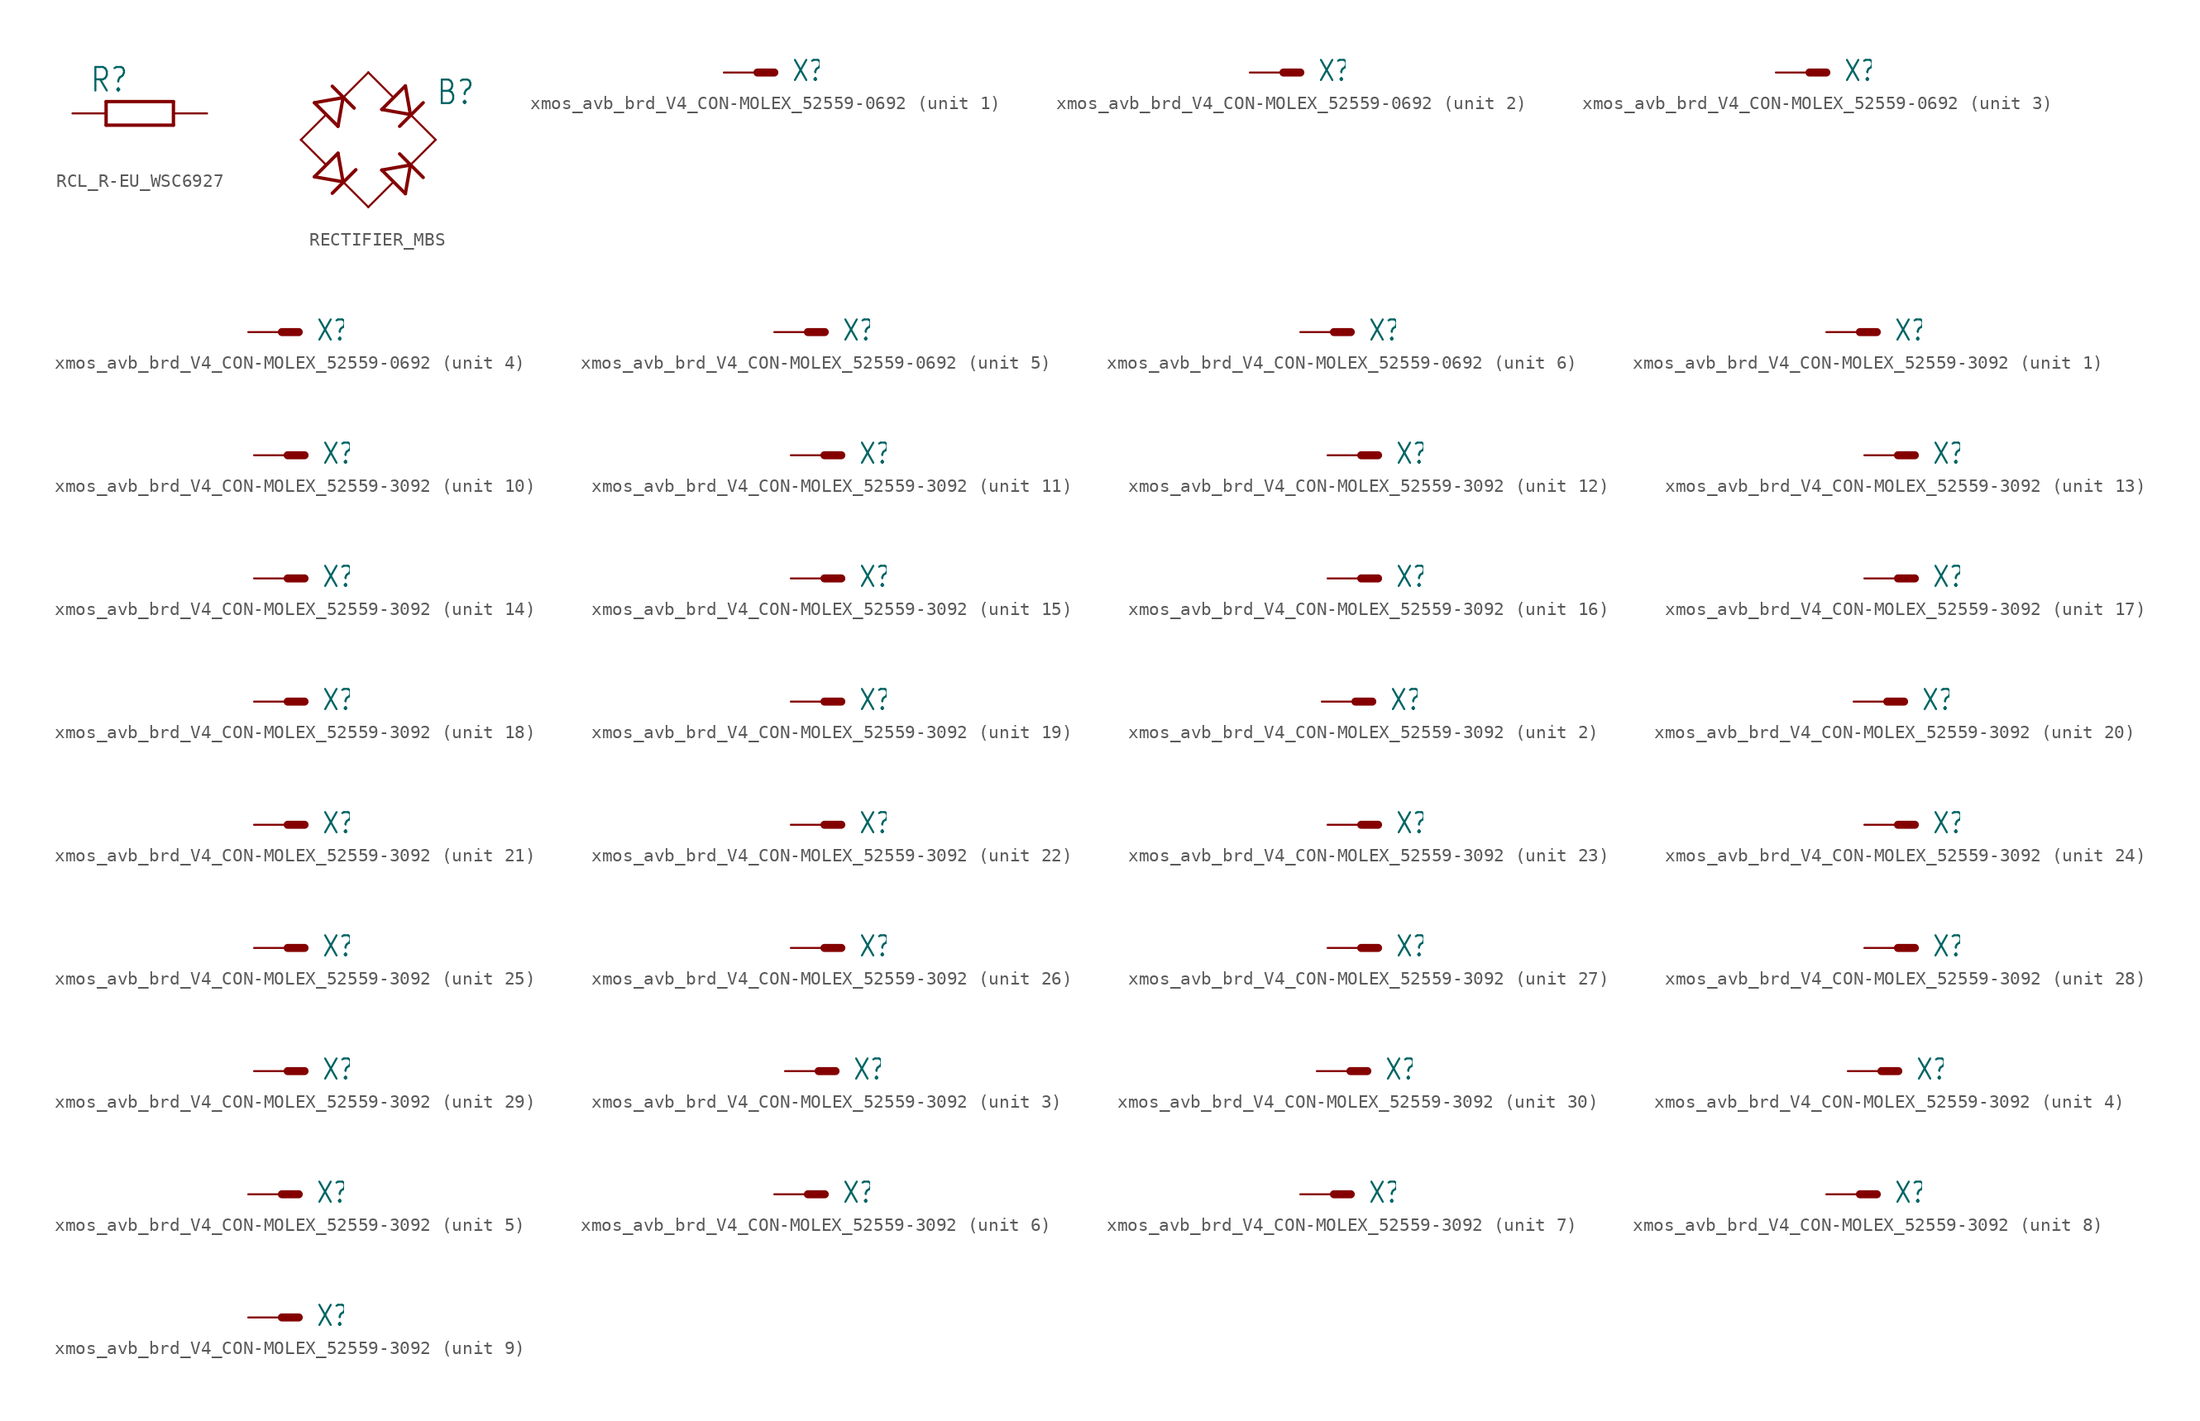
<source format=kicad_sym>
(kicad_symbol_lib
  (version 20241209)
  (generator "kicad_symbol_editor")
  (generator_version "9.0")
  (symbol "RCL_R-EU_WSC6927"
    (property "Reference" "R"
      (at -3.81 1.499 0)
      (effects (font (size 1.778 1.511)) (justify left bottom)))
    (property "Value" ""
      (at -3.81 -3.302 0)
      (effects (font (size 1.778 1.511)) (justify left bottom)))
    (property "ki_locked" ""
      (at 0 0 0)
      (effects (font (size 1.27 1.27))))
    (symbol "RCL_R-EU_WSC6927_1_0"
      (polyline (pts (xy -2.54 -0.889) (xy -2.54 0.889)) (stroke (width 0.254) (type solid)) (fill (type none)))
      (polyline (pts (xy -2.54 -0.889) (xy 2.54 -0.889)) (stroke (width 0.254) (type solid)) (fill (type none)))
      (polyline (pts (xy 2.54 0.889) (xy -2.54 0.889)) (stroke (width 0.254) (type solid)) (fill (type none)))
      (polyline (pts (xy 2.54 -0.889) (xy 2.54 0.889)) (stroke (width 0.254) (type solid)) (fill (type none)))
      (pin passive line (at -5.08 0 0) (length 2.54) (name "1" (effects (font (size 0 0)))) (number "1" (effects (font (size 0 0)))))
      (pin passive line (at 5.08 0 180) (length 2.54) (name "2" (effects (font (size 0 0)))) (number "2" (effects (font (size 0 0)))))))
  (symbol "RECTIFIER_MBS"
    (property "Reference" "B"
      (at 5.08 2.54 0)
      (effects (font (size 1.778 1.511)) (justify left bottom)))
    (property "Value" ""
      (at 5.08 -5.08 0)
      (effects (font (size 1.778 1.511)) (justify left bottom)))
    (property "ki_locked" ""
      (at 0 0 0)
      (effects (font (size 1.27 1.27))))
    (symbol "RECTIFIER_MBS_1_0"
      (polyline (pts (xy -5.08 0) (xy -3.277 1.803)) (stroke (width 0.152) (type solid)) (fill (type none)))
      (polyline (pts (xy -4.064 2.794) (xy -2.286 1.016)) (stroke (width 0.254) (type solid)) (fill (type none)))
      (polyline (pts (xy -4.064 -2.794) (xy -2.286 -1.016)) (stroke (width 0.254) (type solid)) (fill (type none)))
      (polyline (pts (xy -3.277 -1.803) (xy -5.08 0)) (stroke (width 0.152) (type solid)) (fill (type none)))
      (polyline (pts (xy -2.718 4.039) (xy -1.067 2.388)) (stroke (width 0.254) (type solid)) (fill (type none)))
      (polyline (pts (xy -2.718 -4.039) (xy -0.94 -2.261)) (stroke (width 0.254) (type solid)) (fill (type none)))
      (polyline (pts (xy -1.905 3.175) (xy -4.064 2.794)) (stroke (width 0.254) (type solid)) (fill (type none)))
      (polyline (pts (xy -1.905 3.175) (xy -2.286 1.016)) (stroke (width 0.254) (type solid)) (fill (type none)))
      (polyline (pts (xy -1.905 3.175) (xy 0 5.08)) (stroke (width 0.152) (type solid)) (fill (type none)))
      (polyline (pts (xy -1.905 -3.175) (xy -4.064 -2.794)) (stroke (width 0.254) (type solid)) (fill (type none)))
      (polyline (pts (xy -1.905 -3.175) (xy -2.286 -1.016)) (stroke (width 0.254) (type solid)) (fill (type none)))
      (polyline (pts (xy 0 5.08) (xy 1.803 3.277)) (stroke (width 0.152) (type solid)) (fill (type none)))
      (polyline (pts (xy 0 -5.08) (xy -1.905 -3.175)) (stroke (width 0.152) (type solid)) (fill (type none)))
      (polyline (pts (xy 0 -5.08) (xy 1.803 -3.277)) (stroke (width 0.152) (type solid)) (fill (type none)))
      (polyline (pts (xy 1.016 2.286) (xy 2.794 4.064)) (stroke (width 0.254) (type solid)) (fill (type none)))
      (polyline (pts (xy 1.016 -2.286) (xy 2.794 -4.064)) (stroke (width 0.254) (type solid)) (fill (type none)))
      (polyline (pts (xy 2.362 1.016) (xy 4.14 2.794)) (stroke (width 0.254) (type solid)) (fill (type none)))
      (polyline (pts (xy 2.362 -1.067) (xy 4.14 -2.845)) (stroke (width 0.254) (type solid)) (fill (type none)))
      (polyline (pts (xy 3.175 1.905) (xy 1.016 2.286)) (stroke (width 0.254) (type solid)) (fill (type none)))
      (polyline (pts (xy 3.175 1.905) (xy 2.794 4.064)) (stroke (width 0.254) (type solid)) (fill (type none)))
      (polyline (pts (xy 3.175 1.905) (xy 5.08 0)) (stroke (width 0.152) (type solid)) (fill (type none)))
      (polyline (pts (xy 3.175 -1.905) (xy 1.016 -2.286)) (stroke (width 0.254) (type solid)) (fill (type none)))
      (polyline (pts (xy 3.175 -1.905) (xy 2.794 -4.064)) (stroke (width 0.254) (type solid)) (fill (type none)))
      (polyline (pts (xy 5.08 0) (xy 3.175 -1.905)) (stroke (width 0.152) (type solid)) (fill (type none)))
      (pin passive line (at -5.08 0 0) (length 0) (name "-" (effects (font (size 0 0)))) (number "-" (effects (font (size 0 0)))))
      (pin passive line (at 0 5.08 270) (length 0) (name "AC1" (effects (font (size 0 0)))) (number "~1" (effects (font (size 0 0)))))
      (pin passive line (at 0 -5.08 90) (length 0) (name "AC2" (effects (font (size 0 0)))) (number "~2" (effects (font (size 0 0)))))
      (pin passive line (at 5.08 0 180) (length 0) (name "+" (effects (font (size 0 0)))) (number "+" (effects (font (size 0 0)))))))
  (symbol "xmos_avb_brd_V4_CON-MOLEX_52559-0692"
    (property "Reference" "X"
      (at 2.54 -0.762 0)
      (effects (font (size 1.524 1.295)) (justify left bottom)))
    (property "ki_locked" ""
      (at 0 0 0)
      (effects (font (size 1.27 1.27))))
    (symbol "xmos_avb_brd_V4_CON-MOLEX_52559-0692_1_0"
      (polyline (pts (xy 1.27 0) (xy 0 0)) (stroke (width 0.61) (type solid)) (fill (type none)))
      (pin passive line (at -2.54 0 0) (length 2.54) (name "S" (effects (font (size 0 0)))) (number "1" (effects (font (size 0 0))))))
    (symbol "xmos_avb_brd_V4_CON-MOLEX_52559-0692_2_0"
      (polyline (pts (xy 1.27 0) (xy 0 0)) (stroke (width 0.61) (type solid)) (fill (type none)))
      (pin passive line (at -2.54 0 0) (length 2.54) (name "S" (effects (font (size 0 0)))) (number "2" (effects (font (size 0 0))))))
    (symbol "xmos_avb_brd_V4_CON-MOLEX_52559-0692_3_0"
      (polyline (pts (xy 1.27 0) (xy 0 0)) (stroke (width 0.61) (type solid)) (fill (type none)))
      (pin passive line (at -2.54 0 0) (length 2.54) (name "S" (effects (font (size 0 0)))) (number "3" (effects (font (size 0 0))))))
    (symbol "xmos_avb_brd_V4_CON-MOLEX_52559-0692_4_0"
      (polyline (pts (xy 1.27 0) (xy 0 0)) (stroke (width 0.61) (type solid)) (fill (type none)))
      (pin passive line (at -2.54 0 0) (length 2.54) (name "S" (effects (font (size 0 0)))) (number "4" (effects (font (size 0 0))))))
    (symbol "xmos_avb_brd_V4_CON-MOLEX_52559-0692_5_0"
      (polyline (pts (xy 1.27 0) (xy 0 0)) (stroke (width 0.61) (type solid)) (fill (type none)))
      (pin passive line (at -2.54 0 0) (length 2.54) (name "S" (effects (font (size 0 0)))) (number "5" (effects (font (size 0 0))))))
    (symbol "xmos_avb_brd_V4_CON-MOLEX_52559-0692_6_0"
      (polyline (pts (xy 1.27 0) (xy 0 0)) (stroke (width 0.61) (type solid)) (fill (type none)))
      (pin passive line (at -2.54 0 0) (length 2.54) (name "S" (effects (font (size 0 0)))) (number "6" (effects (font (size 0 0)))))))
  (symbol "xmos_avb_brd_V4_CON-MOLEX_52559-3092"
    (property "Reference" "X"
      (at 2.54 -0.762 0)
      (effects (font (size 1.524 1.295)) (justify left bottom)))
    (property "ki_locked" ""
      (at 0 0 0)
      (effects (font (size 1.27 1.27))))
    (symbol "xmos_avb_brd_V4_CON-MOLEX_52559-3092_1_0"
      (polyline (pts (xy 1.27 0) (xy 0 0)) (stroke (width 0.61) (type solid)) (fill (type none)))
      (pin passive line (at -2.54 0 0) (length 2.54) (name "S" (effects (font (size 0 0)))) (number "1" (effects (font (size 0 0))))))
    (symbol "xmos_avb_brd_V4_CON-MOLEX_52559-3092_2_0"
      (polyline (pts (xy 1.27 0) (xy 0 0)) (stroke (width 0.61) (type solid)) (fill (type none)))
      (pin passive line (at -2.54 0 0) (length 2.54) (name "S" (effects (font (size 0 0)))) (number "10" (effects (font (size 0 0))))))
    (symbol "xmos_avb_brd_V4_CON-MOLEX_52559-3092_3_0"
      (polyline (pts (xy 1.27 0) (xy 0 0)) (stroke (width 0.61) (type solid)) (fill (type none)))
      (pin passive line (at -2.54 0 0) (length 2.54) (name "S" (effects (font (size 0 0)))) (number "11" (effects (font (size 0 0))))))
    (symbol "xmos_avb_brd_V4_CON-MOLEX_52559-3092_4_0"
      (polyline (pts (xy 1.27 0) (xy 0 0)) (stroke (width 0.61) (type solid)) (fill (type none)))
      (pin passive line (at -2.54 0 0) (length 2.54) (name "S" (effects (font (size 0 0)))) (number "12" (effects (font (size 0 0))))))
    (symbol "xmos_avb_brd_V4_CON-MOLEX_52559-3092_5_0"
      (polyline (pts (xy 1.27 0) (xy 0 0)) (stroke (width 0.61) (type solid)) (fill (type none)))
      (pin passive line (at -2.54 0 0) (length 2.54) (name "S" (effects (font (size 0 0)))) (number "13" (effects (font (size 0 0))))))
    (symbol "xmos_avb_brd_V4_CON-MOLEX_52559-3092_6_0"
      (polyline (pts (xy 1.27 0) (xy 0 0)) (stroke (width 0.61) (type solid)) (fill (type none)))
      (pin passive line (at -2.54 0 0) (length 2.54) (name "S" (effects (font (size 0 0)))) (number "14" (effects (font (size 0 0))))))
    (symbol "xmos_avb_brd_V4_CON-MOLEX_52559-3092_7_0"
      (polyline (pts (xy 1.27 0) (xy 0 0)) (stroke (width 0.61) (type solid)) (fill (type none)))
      (pin passive line (at -2.54 0 0) (length 2.54) (name "S" (effects (font (size 0 0)))) (number "15" (effects (font (size 0 0))))))
    (symbol "xmos_avb_brd_V4_CON-MOLEX_52559-3092_8_0"
      (polyline (pts (xy 1.27 0) (xy 0 0)) (stroke (width 0.61) (type solid)) (fill (type none)))
      (pin passive line (at -2.54 0 0) (length 2.54) (name "S" (effects (font (size 0 0)))) (number "16" (effects (font (size 0 0))))))
    (symbol "xmos_avb_brd_V4_CON-MOLEX_52559-3092_9_0"
      (polyline (pts (xy 1.27 0) (xy 0 0)) (stroke (width 0.61) (type solid)) (fill (type none)))
      (pin passive line (at -2.54 0 0) (length 2.54) (name "S" (effects (font (size 0 0)))) (number "17" (effects (font (size 0 0))))))
    (symbol "xmos_avb_brd_V4_CON-MOLEX_52559-3092_10_0"
      (polyline (pts (xy 1.27 0) (xy 0 0)) (stroke (width 0.61) (type solid)) (fill (type none)))
      (pin passive line (at -2.54 0 0) (length 2.54) (name "S" (effects (font (size 0 0)))) (number "18" (effects (font (size 0 0))))))
    (symbol "xmos_avb_brd_V4_CON-MOLEX_52559-3092_11_0"
      (polyline (pts (xy 1.27 0) (xy 0 0)) (stroke (width 0.61) (type solid)) (fill (type none)))
      (pin passive line (at -2.54 0 0) (length 2.54) (name "S" (effects (font (size 0 0)))) (number "19" (effects (font (size 0 0))))))
    (symbol "xmos_avb_brd_V4_CON-MOLEX_52559-3092_12_0"
      (polyline (pts (xy 1.27 0) (xy 0 0)) (stroke (width 0.61) (type solid)) (fill (type none)))
      (pin passive line (at -2.54 0 0) (length 2.54) (name "S" (effects (font (size 0 0)))) (number "2" (effects (font (size 0 0))))))
    (symbol "xmos_avb_brd_V4_CON-MOLEX_52559-3092_13_0"
      (polyline (pts (xy 1.27 0) (xy 0 0)) (stroke (width 0.61) (type solid)) (fill (type none)))
      (pin passive line (at -2.54 0 0) (length 2.54) (name "S" (effects (font (size 0 0)))) (number "20" (effects (font (size 0 0))))))
    (symbol "xmos_avb_brd_V4_CON-MOLEX_52559-3092_14_0"
      (polyline (pts (xy 1.27 0) (xy 0 0)) (stroke (width 0.61) (type solid)) (fill (type none)))
      (pin passive line (at -2.54 0 0) (length 2.54) (name "S" (effects (font (size 0 0)))) (number "21" (effects (font (size 0 0))))))
    (symbol "xmos_avb_brd_V4_CON-MOLEX_52559-3092_15_0"
      (polyline (pts (xy 1.27 0) (xy 0 0)) (stroke (width 0.61) (type solid)) (fill (type none)))
      (pin passive line (at -2.54 0 0) (length 2.54) (name "S" (effects (font (size 0 0)))) (number "22" (effects (font (size 0 0))))))
    (symbol "xmos_avb_brd_V4_CON-MOLEX_52559-3092_16_0"
      (polyline (pts (xy 1.27 0) (xy 0 0)) (stroke (width 0.61) (type solid)) (fill (type none)))
      (pin passive line (at -2.54 0 0) (length 2.54) (name "S" (effects (font (size 0 0)))) (number "23" (effects (font (size 0 0))))))
    (symbol "xmos_avb_brd_V4_CON-MOLEX_52559-3092_17_0"
      (polyline (pts (xy 1.27 0) (xy 0 0)) (stroke (width 0.61) (type solid)) (fill (type none)))
      (pin passive line (at -2.54 0 0) (length 2.54) (name "S" (effects (font (size 0 0)))) (number "24" (effects (font (size 0 0))))))
    (symbol "xmos_avb_brd_V4_CON-MOLEX_52559-3092_18_0"
      (polyline (pts (xy 1.27 0) (xy 0 0)) (stroke (width 0.61) (type solid)) (fill (type none)))
      (pin passive line (at -2.54 0 0) (length 2.54) (name "S" (effects (font (size 0 0)))) (number "25" (effects (font (size 0 0))))))
    (symbol "xmos_avb_brd_V4_CON-MOLEX_52559-3092_19_0"
      (polyline (pts (xy 1.27 0) (xy 0 0)) (stroke (width 0.61) (type solid)) (fill (type none)))
      (pin passive line (at -2.54 0 0) (length 2.54) (name "S" (effects (font (size 0 0)))) (number "26" (effects (font (size 0 0))))))
    (symbol "xmos_avb_brd_V4_CON-MOLEX_52559-3092_20_0"
      (polyline (pts (xy 1.27 0) (xy 0 0)) (stroke (width 0.61) (type solid)) (fill (type none)))
      (pin passive line (at -2.54 0 0) (length 2.54) (name "S" (effects (font (size 0 0)))) (number "27" (effects (font (size 0 0))))))
    (symbol "xmos_avb_brd_V4_CON-MOLEX_52559-3092_21_0"
      (polyline (pts (xy 1.27 0) (xy 0 0)) (stroke (width 0.61) (type solid)) (fill (type none)))
      (pin passive line (at -2.54 0 0) (length 2.54) (name "S" (effects (font (size 0 0)))) (number "28" (effects (font (size 0 0))))))
    (symbol "xmos_avb_brd_V4_CON-MOLEX_52559-3092_22_0"
      (polyline (pts (xy 1.27 0) (xy 0 0)) (stroke (width 0.61) (type solid)) (fill (type none)))
      (pin passive line (at -2.54 0 0) (length 2.54) (name "S" (effects (font (size 0 0)))) (number "29" (effects (font (size 0 0))))))
    (symbol "xmos_avb_brd_V4_CON-MOLEX_52559-3092_23_0"
      (polyline (pts (xy 1.27 0) (xy 0 0)) (stroke (width 0.61) (type solid)) (fill (type none)))
      (pin passive line (at -2.54 0 0) (length 2.54) (name "S" (effects (font (size 0 0)))) (number "3" (effects (font (size 0 0))))))
    (symbol "xmos_avb_brd_V4_CON-MOLEX_52559-3092_24_0"
      (polyline (pts (xy 1.27 0) (xy 0 0)) (stroke (width 0.61) (type solid)) (fill (type none)))
      (pin passive line (at -2.54 0 0) (length 2.54) (name "S" (effects (font (size 0 0)))) (number "30" (effects (font (size 0 0))))))
    (symbol "xmos_avb_brd_V4_CON-MOLEX_52559-3092_25_0"
      (polyline (pts (xy 1.27 0) (xy 0 0)) (stroke (width 0.61) (type solid)) (fill (type none)))
      (pin passive line (at -2.54 0 0) (length 2.54) (name "S" (effects (font (size 0 0)))) (number "4" (effects (font (size 0 0))))))
    (symbol "xmos_avb_brd_V4_CON-MOLEX_52559-3092_26_0"
      (polyline (pts (xy 1.27 0) (xy 0 0)) (stroke (width 0.61) (type solid)) (fill (type none)))
      (pin passive line (at -2.54 0 0) (length 2.54) (name "S" (effects (font (size 0 0)))) (number "5" (effects (font (size 0 0))))))
    (symbol "xmos_avb_brd_V4_CON-MOLEX_52559-3092_27_0"
      (polyline (pts (xy 1.27 0) (xy 0 0)) (stroke (width 0.61) (type solid)) (fill (type none)))
      (pin passive line (at -2.54 0 0) (length 2.54) (name "S" (effects (font (size 0 0)))) (number "6" (effects (font (size 0 0))))))
    (symbol "xmos_avb_brd_V4_CON-MOLEX_52559-3092_28_0"
      (polyline (pts (xy 1.27 0) (xy 0 0)) (stroke (width 0.61) (type solid)) (fill (type none)))
      (pin passive line (at -2.54 0 0) (length 2.54) (name "S" (effects (font (size 0 0)))) (number "7" (effects (font (size 0 0))))))
    (symbol "xmos_avb_brd_V4_CON-MOLEX_52559-3092_29_0"
      (polyline (pts (xy 1.27 0) (xy 0 0)) (stroke (width 0.61) (type solid)) (fill (type none)))
      (pin passive line (at -2.54 0 0) (length 2.54) (name "S" (effects (font (size 0 0)))) (number "8" (effects (font (size 0 0))))))
    (symbol "xmos_avb_brd_V4_CON-MOLEX_52559-3092_30_0"
      (polyline (pts (xy 1.27 0) (xy 0 0)) (stroke (width 0.61) (type solid)) (fill (type none)))
      (pin passive line (at -2.54 0 0) (length 2.54) (name "S" (effects (font (size 0 0)))) (number "9" (effects (font (size 0 0))))))))
</source>
